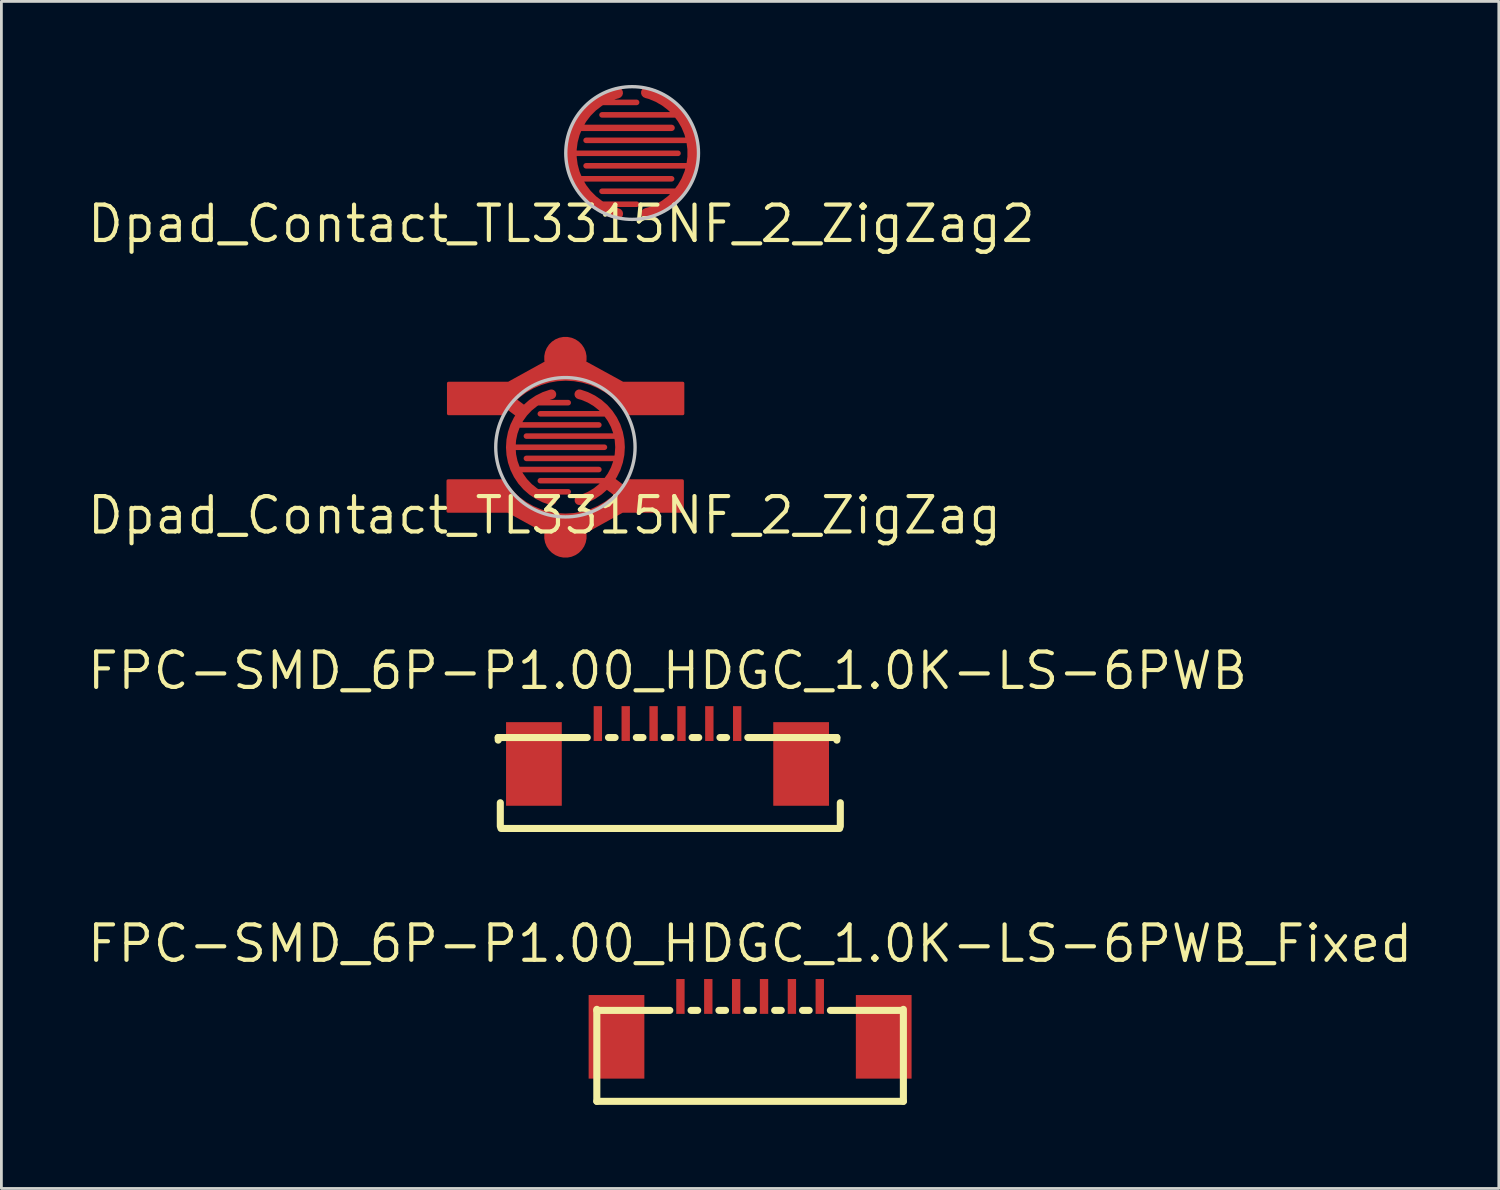
<source format=kicad_pcb>
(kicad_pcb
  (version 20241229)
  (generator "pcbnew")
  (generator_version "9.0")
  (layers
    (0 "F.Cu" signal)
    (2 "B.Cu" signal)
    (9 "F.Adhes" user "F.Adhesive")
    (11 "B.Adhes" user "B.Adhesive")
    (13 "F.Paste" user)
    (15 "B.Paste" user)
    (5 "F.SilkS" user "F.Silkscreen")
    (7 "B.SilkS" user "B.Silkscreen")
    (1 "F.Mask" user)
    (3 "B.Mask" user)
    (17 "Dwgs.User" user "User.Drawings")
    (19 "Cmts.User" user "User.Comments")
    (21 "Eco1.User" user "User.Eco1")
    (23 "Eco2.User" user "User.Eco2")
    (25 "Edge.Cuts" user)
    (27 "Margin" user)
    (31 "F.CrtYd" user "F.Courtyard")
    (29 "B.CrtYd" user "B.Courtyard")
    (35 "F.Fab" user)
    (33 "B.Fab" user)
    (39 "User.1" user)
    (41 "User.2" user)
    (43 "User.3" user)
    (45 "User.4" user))
  (footprint "Dpad_Contact_TL3315NF_2_ZigZag2"
    (layer "F.Cu")
    (at 19.632 2.441)
    (property "Reference" "Dpad_Contact_TL3315NF_2_ZigZag2" (at -2.54 2.54 0) (layer "F.SilkS") (effects (font (size 1.27 1.27) (thickness 0.15))))
    (attr smd)
    (fp_circle (center 0 0) (end 2.381 0) (stroke (width 0.12) (type solid)) (fill yes) (layer "F.Mask"))
    (fp_circle (center 0 0) (end 2.381 0) (stroke (width 0.12) (type solid)) (fill no) (layer "Dwgs.User"))
    (pad "1" smd custom (at 2.231 0.23 180) (size 0.3 0.3) (layers "F.Cu" "F.Mask" "F.Paste") (options (anchor circle)) (primitives (gr_line (start 3.312 -1.142) (end 0.457 -1.142) (width 0.2)) (gr_arc (start 1.713 2.3982) (mid 0.048053 0.230362) (end 1.70921 -1.940381) (width 0.3997)) (gr_line (start 3.883 -0.228) (end 0.093 -0.228) (width 0.2)) (gr_line (start 3.883 0.685) (end 0.228 0.685) (width 0.2)) (gr_line (start 3.312 1.599) (end 0.628 1.599) (width 0.2))))
    (pad "2" smd custom (at -2.166 -0.104) (size 0.3 0.3) (layers "F.Cu" "F.Mask" "F.Paste") (options (anchor circle)) (primitives (gr_arc (start 1.6417 2.284) (mid -0.023247 0.116162) (end 1.63791 -2.054581) (width 0.3997)) (gr_line (start 1.014 -1.713) (end 2.327 -1.713) (width 0.2)) (gr_line (start 3.812 0.114) (end 0.043 0.114) (width 0.2)) (gr_line (start 3.583 1.028) (end 0.157 1.028) (width 0.2)) (gr_line (start 3.583 -0.799) (end 0.328 -0.799) (width 0.228)) (gr_line (start 2.327 1.941) (end 0.957 1.941) (width 0.2))))
    (zone (net_name "") (layers "F.Cu" "F.SilkS") (hatch edge 0.508) (connect_pads) (min_thickness 0.254) (filled_areas_thickness no) (keepout (tracks allowed) (vias allowed) (pads allowed) (copperpour not_allowed) (footprints allowed)) (placement (enabled no)) (fill) (polygon (pts (xy 22.032 4.803) (xy 17.628 4.803) (xy 17.628 0.079) (xy 22.032 0.079)))))
  (footprint "Dpad_Contact_TL3315NF_2_ZigZag"
    (layer "F.Cu")
    (at 17.238 12.998)
    (property "Reference" "Dpad_Contact_TL3315NF_2_ZigZag" (at -0.751 2.442 0) (layer "F.SilkS") (effects (font (size 1.27 1.27) (thickness 0.15))))
    (attr through_hole)
    (fp_circle (center 0 -3.2) (end 0.75 -3.18) (stroke (width 0.12) (type solid)) (fill yes) (layer "F.Mask"))
    (fp_circle (center 0 0) (end 2.53 -0.05) (stroke (width 0.12) (type solid)) (fill yes) (layer "F.Mask"))
    (fp_circle (center 0 3.2) (end 0.75 3.12) (stroke (width 0.12) (type solid)) (fill yes) (layer "F.Mask"))
    (fp_circle (center 0 0) (end 0 -2.5) (stroke (width 0.12) (type solid)) (fill no) (layer "Dwgs.User"))
    (pad "1" smd custom (at 0 3.2 180) (size 1.524 1.524) (layers "F.Cu" "F.Mask" "F.Paste") (options (anchor circle)) (primitives (gr_arc (start -2.3125 1.857945) (mid -0.001458 0.625) (end 2.310874 1.855525) (width 0.4)) (gr_poly (pts (xy 4.217 0.9) (xy 2.517 0.9) (xy 2.007 0.9) (xy 1.373 0.999) (xy 2.264 2) (xy 2.517 2) (xy 4.217 2)) (width 0.1) (fill yes)) (gr_line (start 2.007 1.1) (end 0 0) (width 0.5)) (gr_line (start -2 1.6) (end -1.6 1.9) (width 0.5)) (gr_line (start 0.9 2) (end -1.6 2) (width 0.2)) (gr_arc (start -0.5 5.1) (mid -1.957922 3.201718) (end -0.503318 1.300892) (width 0.35)) (gr_line (start 1.4 2.8) (end -1.918 2.8) (width 0.2)) (gr_line (start 1.4 3.6) (end -1.8 3.6) (width 0.2)) (gr_line (start 0.9 4.4) (end -1.45 4.4) (width 0.2)) (gr_poly (pts (xy -4.2 0.9) (xy -2.5 0.9) (xy -2.05 0.9) (xy -1.356 0.999) (xy -2.247 2) (xy -2.5 2) (xy -4.2 2)) (width 0.1) (fill yes)) (gr_line (start -1.99 1.1) (end 0 0) (width 0.5))))
    (pad "2" smd custom (at 0 -3.2) (size 1.524 1.524) (layers "F.Cu" "F.Mask" "F.Paste") (options (anchor circle)) (primitives (gr_arc (start -2.3 1.85) (mid 0.011042 0.617055) (end 2.323374 1.84758) (width 0.4)) (gr_line (start 2.007 1.1) (end 0 0) (width 0.5)) (gr_poly (pts (xy 4.217 0.9) (xy 2.517 0.9) (xy 2.007 0.9) (xy 1.373 0.999) (xy 2.264 2) (xy 2.517 2) (xy 4.217 2)) (width 0.1) (fill yes)) (gr_line (start -1.99 1.1) (end 0 0) (width 0.5)) (gr_poly (pts (xy -4.2 0.9) (xy -2.5 0.9) (xy -2.05 0.9) (xy -1.356 0.999) (xy -2.247 2) (xy -2.5 2) (xy -4.2 2)) (width 0.1) (fill yes)) (gr_line (start -2 1.6) (end -1.6 1.9) (width 0.5)) (gr_arc (start -0.5 5.1) (mid -1.957922 3.201718) (end -0.503318 1.300892) (width 0.35)) (gr_line (start -1.05 1.6) (end 0.1 1.6) (width 0.2)) (gr_line (start 1.4 3.2) (end -1.9 3.2) (width 0.2)) (gr_line (start 1.2 4) (end -1.8 4) (width 0.2)) (gr_line (start 1.2 2.4) (end -1.65 2.4) (width 0.2)) (gr_line (start 0.1 4.8) (end -1.1 4.8) (width 0.2))))
    (zone (net_name "") (layers "F.Cu" "F.SilkS") (hatch edge 0.508) (connect_pads) (min_thickness 0.254) (filled_areas_thickness no) (keepout (tracks allowed) (vias allowed) (pads allowed) (copperpour not_allowed) (footprints allowed)) (placement (enabled no)) (fill) (polygon (pts (xy 20.238 14.198) (xy 14.238 14.198) (xy 14.238 11.798) (xy 20.238 11.798)))))
  (footprint "FPC-SMD_6P-P1.00_HDGC_1.0K-LS-6PWB_Fixed"
    (layer "F.Cu")
    (at 23.865 33.867)
    (property "Reference" "FPC-SMD_6P-P1.00_HDGC_1.0K-LS-6PWB_Fixed" (at 0 -3.058 0) (layer "F.SilkS") (effects (font (size 1.27 1.27) (thickness 0.15))))
    (attr smd)
    (fp_line (start -5.5 -0.7) (end -5.5 2.6) (stroke (width 0.254) (type default)) (layer "F.SilkS"))
    (fp_line (start -5.5 2.6) (end 5.5 2.6) (stroke (width 0.254) (type solid)) (layer "F.SilkS"))
    (fp_line (start -2.881 -0.663) (end -5.5 -0.663) (stroke (width 0.254) (type solid)) (layer "F.SilkS"))
    (fp_line (start -1.881 -0.663) (end -2.119 -0.663) (stroke (width 0.254) (type solid)) (layer "F.SilkS"))
    (fp_line (start -0.881 -0.663) (end -1.119 -0.663) (stroke (width 0.254) (type solid)) (layer "F.SilkS"))
    (fp_line (start 0.119 -0.663) (end -0.119 -0.663) (stroke (width 0.254) (type solid)) (layer "F.SilkS"))
    (fp_line (start 1.119 -0.663) (end 0.881 -0.663) (stroke (width 0.254) (type solid)) (layer "F.SilkS"))
    (fp_line (start 2.119 -0.663) (end 1.881 -0.663) (stroke (width 0.254) (type solid)) (layer "F.SilkS"))
    (fp_line (start 5.4 -0.663) (end 2.881 -0.663) (stroke (width 0.254) (type solid)) (layer "F.SilkS"))
    (fp_line (start 5.5 -0.7) (end 5.5 2.6) (stroke (width 0.254) (type solid)) (layer "F.SilkS"))
    (fp_text user "" (at 0 0 0) (layer "Cmts.User") (effects (font (size 1 1) (thickness 0.15))))
    (pad "1" smd rect (at -2.5 -1.163) (size 0.3 1.25) (layers "F.Cu" "F.Mask" "F.Paste"))
    (pad "2" smd rect (at -1.5 -1.163) (size 0.3 1.25) (layers "F.Cu" "F.Mask" "F.Paste"))
    (pad "3" smd rect (at -0.5 -1.163) (size 0.3 1.25) (layers "F.Cu" "F.Mask" "F.Paste"))
    (pad "4" smd rect (at 0.5 -1.163) (size 0.3 1.25) (layers "F.Cu" "F.Mask" "F.Paste"))
    (pad "5" smd rect (at 1.5 -1.163) (size 0.3 1.25) (layers "F.Cu" "F.Mask" "F.Paste"))
    (pad "6" smd rect (at 2.5 -1.163) (size 0.3 1.25) (layers "F.Cu" "F.Mask" "F.Paste"))
    (pad "7" smd rect (at 4.794 0.286) (size 2 3) (layers "F.Cu" "F.Mask" "F.Paste"))
    (pad "8" smd rect (at -4.794 0.286) (size 2 3) (layers "F.Cu" "F.Mask" "F.Paste")))
  (footprint "FPC-SMD_6P-P1.00_HDGC_1.0K-LS-6PWB"
    (layer "F.Cu")
    (at 20.902 24.076)
    (property "Reference" "FPC-SMD_6P-P1.00_HDGC_1.0K-LS-6PWB" (at 0 -3.058 0) (layer "F.SilkS") (effects (font (size 1.27 1.27) (thickness 0.15))))
    (attr smd)
    (fp_line (start -6.075 -0.663) (end -6.075 -0.569) (stroke (width 0.254) (type solid)) (layer "F.SilkS"))
    (fp_line (start -6 1.678) (end -6 2.522) (stroke (width 0.254) (type solid)) (layer "F.SilkS"))
    (fp_line (start -5.975 2.6) (end 6.175 2.6) (stroke (width 0.254) (type solid)) (layer "F.SilkS"))
    (fp_line (start -2.881 -0.663) (end -6.075 -0.663) (stroke (width 0.254) (type solid)) (layer "F.SilkS"))
    (fp_line (start -1.881 -0.663) (end -2.119 -0.663) (stroke (width 0.254) (type solid)) (layer "F.SilkS"))
    (fp_line (start -0.881 -0.663) (end -1.119 -0.663) (stroke (width 0.254) (type solid)) (layer "F.SilkS"))
    (fp_line (start 0.119 -0.663) (end -0.119 -0.663) (stroke (width 0.254) (type solid)) (layer "F.SilkS"))
    (fp_line (start 1.119 -0.663) (end 0.881 -0.663) (stroke (width 0.254) (type solid)) (layer "F.SilkS"))
    (fp_line (start 2.119 -0.663) (end 1.881 -0.663) (stroke (width 0.254) (type solid)) (layer "F.SilkS"))
    (fp_line (start 6.075 -0.663) (end 2.881 -0.663) (stroke (width 0.254) (type solid)) (layer "F.SilkS"))
    (fp_line (start 6.075 -0.663) (end 6.075 -0.569) (stroke (width 0.254) (type solid)) (layer "F.SilkS"))
    (fp_line (start 6.2 1.678) (end 6.2 2.522) (stroke (width 0.254) (type solid)) (layer "F.SilkS"))
    (fp_text user "" (at 0 0 0) (layer "Cmts.User") (effects (font (size 1 1) (thickness 0.15))))
    (pad "1" smd rect (at -2.5 -1.163) (size 0.3 1.25) (layers "F.Cu" "F.Mask" "F.Paste"))
    (pad "2" smd rect (at -1.5 -1.163) (size 0.3 1.25) (layers "F.Cu" "F.Mask" "F.Paste"))
    (pad "3" smd rect (at -0.5 -1.163) (size 0.3 1.25) (layers "F.Cu" "F.Mask" "F.Paste"))
    (pad "4" smd rect (at 0.5 -1.163) (size 0.3 1.25) (layers "F.Cu" "F.Mask" "F.Paste"))
    (pad "5" smd rect (at 1.5 -1.163) (size 0.3 1.25) (layers "F.Cu" "F.Mask" "F.Paste"))
    (pad "6" smd rect (at 2.5 -1.163) (size 0.3 1.25) (layers "F.Cu" "F.Mask" "F.Paste"))
    (pad "7" smd rect (at 4.794 0.286) (size 2 3) (layers "F.Cu" "F.Mask" "F.Paste"))
    (pad "8" smd rect (at -4.794 0.286) (size 2 3) (layers "F.Cu" "F.Mask" "F.Paste")))
  (gr_rect
    (start -3 -3)
    (end 50.73 39.594)
    (stroke (width 0.1) (type default))
    (fill no)
    (layer "Edge.Cuts")))
</source>
